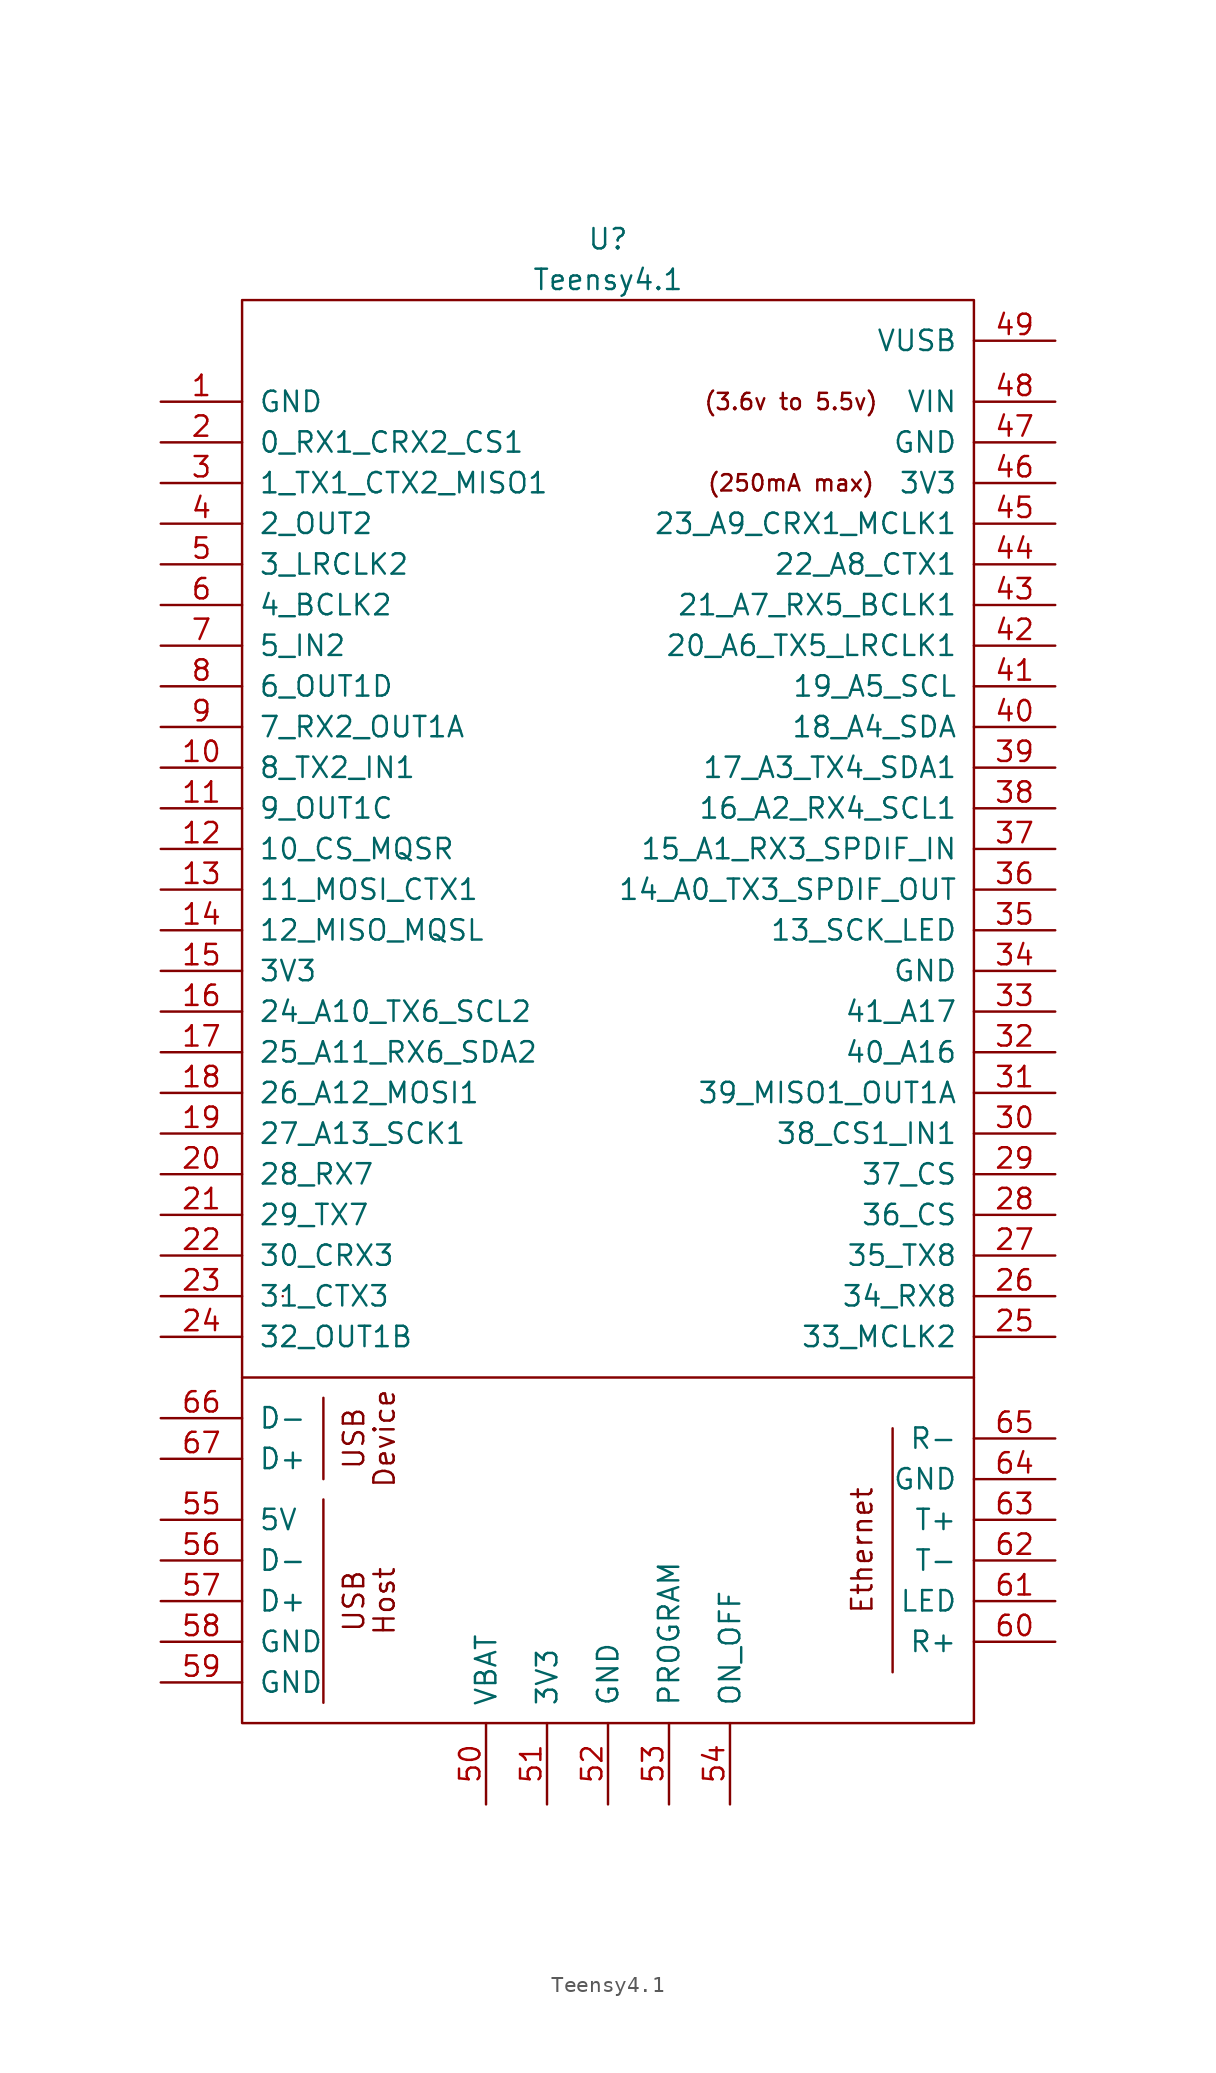
<source format=kicad_sym>
(kicad_symbol_lib
  (version 20201005)
  (generator kicad_symbol_editor)
  (symbol "teensy:Teensy4.1"
    (pin_names
      (offset 1.016))
    (property "Reference" "U"
      (at 0 64.77 0)
      (effects (font (size 1.27 1.27))))
    (property "Value" "Teensy4.1"
      (at 0 62.23 0)
      (effects (font (size 1.27 1.27))))
    (symbol "Teensy4.1_0_0"
      (text "(250mA max)" (at 11.43 49.53 0) (effects (font (size 1.016 1.016))))
      (text "(3.6v to 5.5v)" (at 11.43 54.61 0) (effects (font (size 1.016 1.016))))
      (text "Device" (at -13.97 -10.16 900) (effects (font (size 1.27 1.27))))
      (text "Ethernet" (at 15.875 -17.145 900) (effects (font (size 1.27 1.27))))
      (text "Host" (at -13.97 -20.32 900) (effects (font (size 1.27 1.27))))
      (text "USB" (at -15.875 -20.32 900) (effects (font (size 1.27 1.27))))
      (text "USB" (at -15.875 -10.16 900) (effects (font (size 1.27 1.27))))
      (polyline (pts (xy -22.86 -6.35) (xy 22.86 -6.35)) (stroke (width 0)) (fill (type none)))
      (polyline (pts (xy -17.78 -26.67) (xy -17.78 -13.97)) (stroke (width 0)) (fill (type none)))
      (polyline (pts (xy -17.78 -7.62) (xy -17.78 -12.7)) (stroke (width 0)) (fill (type none)))
      (polyline (pts (xy 17.78 -9.525) (xy 17.78 -24.765)) (stroke (width 0)) (fill (type none)))
      (pin bidirectional line (at -27.94 31.75 0) (length 5.08) (name "8_TX2_IN1" (effects (font (size 1.27 1.27)))) (number "10" (effects (font (size 1.27 1.27)))))
      (pin bidirectional line (at -27.94 29.21 0) (length 5.08) (name "9_OUT1C" (effects (font (size 1.27 1.27)))) (number "11" (effects (font (size 1.27 1.27)))))
      (pin bidirectional line (at -27.94 26.67 0) (length 5.08) (name "10_CS_MQSR" (effects (font (size 1.27 1.27)))) (number "12" (effects (font (size 1.27 1.27)))))
      (pin bidirectional line (at -27.94 24.13 0) (length 5.08) (name "11_MOSI_CTX1" (effects (font (size 1.27 1.27)))) (number "13" (effects (font (size 1.27 1.27)))))
      (pin bidirectional line (at -27.94 21.59 0) (length 5.08) (name "12_MISO_MQSL" (effects (font (size 1.27 1.27)))) (number "14" (effects (font (size 1.27 1.27)))))
      (pin power_in line (at -27.94 19.05 0) (length 5.08) (name "3V3" (effects (font (size 1.27 1.27)))) (number "15" (effects (font (size 1.27 1.27)))))
      (pin bidirectional line (at -27.94 16.51 0) (length 5.08) (name "24_A10_TX6_SCL2" (effects (font (size 1.27 1.27)))) (number "16" (effects (font (size 1.27 1.27)))))
      (pin bidirectional line (at -27.94 13.97 0) (length 5.08) (name "25_A11_RX6_SDA2" (effects (font (size 1.27 1.27)))) (number "17" (effects (font (size 1.27 1.27)))))
      (pin bidirectional line (at -27.94 11.43 0) (length 5.08) (name "26_A12_MOSI1" (effects (font (size 1.27 1.27)))) (number "18" (effects (font (size 1.27 1.27)))))
      (pin bidirectional line (at -27.94 8.89 0) (length 5.08) (name "27_A13_SCK1" (effects (font (size 1.27 1.27)))) (number "19" (effects (font (size 1.27 1.27)))))
      (pin bidirectional line (at -27.94 6.35 0) (length 5.08) (name "28_RX7" (effects (font (size 1.27 1.27)))) (number "20" (effects (font (size 1.27 1.27)))))
      (pin bidirectional line (at -27.94 3.81 0) (length 5.08) (name "29_TX7" (effects (font (size 1.27 1.27)))) (number "21" (effects (font (size 1.27 1.27)))))
      (pin bidirectional line (at -27.94 1.27 0) (length 5.08) (name "30_CRX3" (effects (font (size 1.27 1.27)))) (number "22" (effects (font (size 1.27 1.27)))))
      (pin bidirectional line (at -27.94 -1.27 0) (length 5.08) (name "31_CTX3" (effects (font (size 1.27 1.27)))) (number "23" (effects (font (size 1.27 1.27)))))
      (pin bidirectional line (at -27.94 -3.81 0) (length 5.08) (name "32_OUT1B" (effects (font (size 1.27 1.27)))) (number "24" (effects (font (size 1.27 1.27)))))
      (pin bidirectional line (at 27.94 -3.81 180) (length 5.08) (name "33_MCLK2" (effects (font (size 1.27 1.27)))) (number "25" (effects (font (size 1.27 1.27)))))
      (pin bidirectional line (at 27.94 -1.27 180) (length 5.08) (name "34_RX8" (effects (font (size 1.27 1.27)))) (number "26" (effects (font (size 1.27 1.27)))))
      (pin bidirectional line (at 27.94 1.27 180) (length 5.08) (name "35_TX8" (effects (font (size 1.27 1.27)))) (number "27" (effects (font (size 1.27 1.27)))))
      (pin bidirectional line (at 27.94 3.81 180) (length 5.08) (name "36_CS" (effects (font (size 1.27 1.27)))) (number "28" (effects (font (size 1.27 1.27)))))
      (pin bidirectional line (at 27.94 6.35 180) (length 5.08) (name "37_CS" (effects (font (size 1.27 1.27)))) (number "29" (effects (font (size 1.27 1.27)))))
      (pin bidirectional line (at 27.94 8.89 180) (length 5.08) (name "38_CS1_IN1" (effects (font (size 1.27 1.27)))) (number "30" (effects (font (size 1.27 1.27)))))
      (pin bidirectional line (at 27.94 11.43 180) (length 5.08) (name "39_MISO1_OUT1A" (effects (font (size 1.27 1.27)))) (number "31" (effects (font (size 1.27 1.27)))))
      (pin bidirectional line (at 27.94 13.97 180) (length 5.08) (name "40_A16" (effects (font (size 1.27 1.27)))) (number "32" (effects (font (size 1.27 1.27)))))
      (pin bidirectional line (at 27.94 16.51 180) (length 5.08) (name "41_A17" (effects (font (size 1.27 1.27)))) (number "33" (effects (font (size 1.27 1.27)))))
      (pin bidirectional line (at 27.94 21.59 180) (length 5.08) (name "13_SCK_LED" (effects (font (size 1.27 1.27)))) (number "35" (effects (font (size 1.27 1.27)))))
      (pin bidirectional line (at 27.94 24.13 180) (length 5.08) (name "14_A0_TX3_SPDIF_OUT" (effects (font (size 1.27 1.27)))) (number "36" (effects (font (size 1.27 1.27)))))
      (pin bidirectional line (at 27.94 26.67 180) (length 5.08) (name "15_A1_RX3_SPDIF_IN" (effects (font (size 1.27 1.27)))) (number "37" (effects (font (size 1.27 1.27)))))
      (pin bidirectional line (at 27.94 29.21 180) (length 5.08) (name "16_A2_RX4_SCL1" (effects (font (size 1.27 1.27)))) (number "38" (effects (font (size 1.27 1.27)))))
      (pin bidirectional line (at 27.94 31.75 180) (length 5.08) (name "17_A3_TX4_SDA1" (effects (font (size 1.27 1.27)))) (number "39" (effects (font (size 1.27 1.27)))))
      (pin bidirectional line (at 27.94 34.29 180) (length 5.08) (name "18_A4_SDA" (effects (font (size 1.27 1.27)))) (number "40" (effects (font (size 1.27 1.27)))))
      (pin bidirectional line (at 27.94 36.83 180) (length 5.08) (name "19_A5_SCL" (effects (font (size 1.27 1.27)))) (number "41" (effects (font (size 1.27 1.27)))))
      (pin bidirectional line (at 27.94 39.37 180) (length 5.08) (name "20_A6_TX5_LRCLK1" (effects (font (size 1.27 1.27)))) (number "42" (effects (font (size 1.27 1.27)))))
      (pin bidirectional line (at 27.94 41.91 180) (length 5.08) (name "21_A7_RX5_BCLK1" (effects (font (size 1.27 1.27)))) (number "43" (effects (font (size 1.27 1.27)))))
      (pin bidirectional line (at 27.94 44.45 180) (length 5.08) (name "22_A8_CTX1" (effects (font (size 1.27 1.27)))) (number "44" (effects (font (size 1.27 1.27)))))
      (pin bidirectional line (at 27.94 46.99 180) (length 5.08) (name "23_A9_CRX1_MCLK1" (effects (font (size 1.27 1.27)))) (number "45" (effects (font (size 1.27 1.27)))))
      (pin output line (at 27.94 49.53 180) (length 5.08) (name "3V3" (effects (font (size 1.27 1.27)))) (number "46" (effects (font (size 1.27 1.27)))))
      (pin output line (at 27.94 52.07 180) (length 5.08) (name "GND" (effects (font (size 1.27 1.27)))) (number "47" (effects (font (size 1.27 1.27)))))
      (pin power_in line (at 27.94 54.61 180) (length 5.08) (name "VIN" (effects (font (size 1.27 1.27)))) (number "48" (effects (font (size 1.27 1.27)))))
      (pin power_out line (at 27.94 58.42 180) (length 5.08) (name "VUSB" (effects (font (size 1.27 1.27)))) (number "49" (effects (font (size 1.27 1.27)))))
      (pin bidirectional line (at -27.94 44.45 0) (length 5.08) (name "3_LRCLK2" (effects (font (size 1.27 1.27)))) (number "5" (effects (font (size 1.27 1.27)))))
      (pin power_in line (at -7.62 -33.02 90) (length 5.08) (name "VBAT" (effects (font (size 1.27 1.27)))) (number "50" (effects (font (size 1.27 1.27)))))
      (pin power_in line (at -3.81 -33.02 90) (length 5.08) (name "3V3" (effects (font (size 1.27 1.27)))) (number "51" (effects (font (size 1.27 1.27)))))
      (pin input line (at 0 -33.02 90) (length 5.08) (name "GND" (effects (font (size 1.27 1.27)))) (number "52" (effects (font (size 1.27 1.27)))))
      (pin input line (at 3.81 -33.02 90) (length 5.08) (name "PROGRAM" (effects (font (size 1.27 1.27)))) (number "53" (effects (font (size 1.27 1.27)))))
      (pin input line (at 7.62 -33.02 90) (length 5.08) (name "ON_OFF" (effects (font (size 1.27 1.27)))) (number "54" (effects (font (size 1.27 1.27)))))
      (pin power_out line (at -27.94 -15.24 0) (length 5.08) (name "5V" (effects (font (size 1.27 1.27)))) (number "55" (effects (font (size 1.27 1.27)))))
      (pin bidirectional line (at -27.94 -17.78 0) (length 5.08) (name "D-" (effects (font (size 1.27 1.27)))) (number "56" (effects (font (size 1.27 1.27)))))
      (pin bidirectional line (at -27.94 -20.32 0) (length 5.08) (name "D+" (effects (font (size 1.27 1.27)))) (number "57" (effects (font (size 1.27 1.27)))))
      (pin power_in line (at -27.94 -22.86 0) (length 5.08) (name "GND" (effects (font (size 1.27 1.27)))) (number "58" (effects (font (size 1.27 1.27)))))
      (pin power_in line (at -27.94 -25.4 0) (length 5.08) (name "GND" (effects (font (size 1.27 1.27)))) (number "59" (effects (font (size 1.27 1.27)))))
      (pin bidirectional line (at -27.94 41.91 0) (length 5.08) (name "4_BCLK2" (effects (font (size 1.27 1.27)))) (number "6" (effects (font (size 1.27 1.27)))))
      (pin bidirectional line (at 27.94 -22.86 180) (length 5.08) (name "R+" (effects (font (size 1.27 1.27)))) (number "60" (effects (font (size 1.27 1.27)))))
      (pin bidirectional line (at 27.94 -20.32 180) (length 5.08) (name "LED" (effects (font (size 1.27 1.27)))) (number "61" (effects (font (size 1.27 1.27)))))
      (pin bidirectional line (at 27.94 -17.78 180) (length 5.08) (name "T-" (effects (font (size 1.27 1.27)))) (number "62" (effects (font (size 1.27 1.27)))))
      (pin bidirectional line (at 27.94 -15.24 180) (length 5.08) (name "T+" (effects (font (size 1.27 1.27)))) (number "63" (effects (font (size 1.27 1.27)))))
      (pin power_in line (at 27.94 -12.7 180) (length 5.08) (name "GND" (effects (font (size 1.27 1.27)))) (number "64" (effects (font (size 1.27 1.27)))))
      (pin bidirectional line (at 27.94 -10.16 180) (length 5.08) (name "R-" (effects (font (size 1.27 1.27)))) (number "65" (effects (font (size 1.27 1.27)))))
      (pin bidirectional line (at -27.94 -8.89 0) (length 5.08) (name "D-" (effects (font (size 1.27 1.27)))) (number "66" (effects (font (size 1.27 1.27)))))
      (pin bidirectional line (at -27.94 -11.43 0) (length 5.08) (name "D+" (effects (font (size 1.27 1.27)))) (number "67" (effects (font (size 1.27 1.27)))))
      (pin bidirectional line (at -27.94 39.37 0) (length 5.08) (name "5_IN2" (effects (font (size 1.27 1.27)))) (number "7" (effects (font (size 1.27 1.27)))))
      (pin bidirectional line (at -27.94 36.83 0) (length 5.08) (name "6_OUT1D" (effects (font (size 1.27 1.27)))) (number "8" (effects (font (size 1.27 1.27)))))
      (pin bidirectional line (at -27.94 34.29 0) (length 5.08) (name "7_RX2_OUT1A" (effects (font (size 1.27 1.27)))) (number "9" (effects (font (size 1.27 1.27))))))
    (symbol "Teensy4.1_0_1"
      (rectangle (start -22.86 60.96) (end 22.86 -27.94) (stroke (width 0)) (fill (type none)))
      (rectangle (start -20.32 -1.27) (end -20.32 -1.27) (stroke (width 0)) (fill (type none))))
    (symbol "Teensy4.1_1_1"
      (pin power_in line (at -27.94 54.61 0) (length 5.08) (name "GND" (effects (font (size 1.27 1.27)))) (number "1" (effects (font (size 1.27 1.27)))))
      (pin bidirectional line (at -27.94 52.07 0) (length 5.08) (name "0_RX1_CRX2_CS1" (effects (font (size 1.27 1.27)))) (number "2" (effects (font (size 1.27 1.27)))))
      (pin bidirectional line (at -27.94 49.53 0) (length 5.08) (name "1_TX1_CTX2_MISO1" (effects (font (size 1.27 1.27)))) (number "3" (effects (font (size 1.27 1.27)))))
      (pin power_in line (at 27.94 19.05 180) (length 5.08) (name "GND" (effects (font (size 1.27 1.27)))) (number "34" (effects (font (size 1.27 1.27)))))
      (pin bidirectional line (at -27.94 46.99 0) (length 5.08) (name "2_OUT2" (effects (font (size 1.27 1.27)))) (number "4" (effects (font (size 1.27 1.27))))))))
</source>
